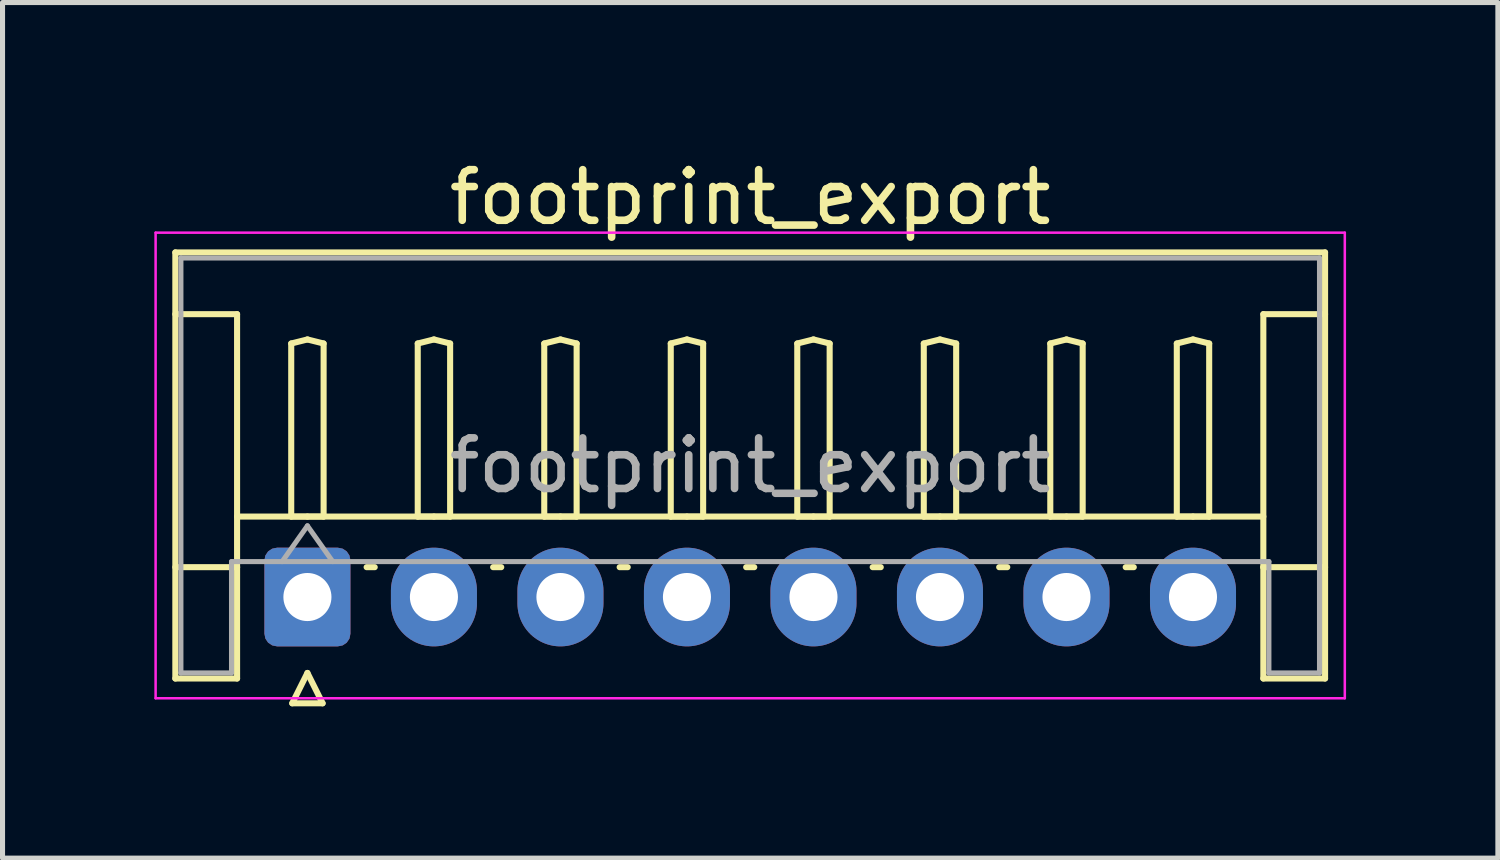
<source format=kicad_pcb>
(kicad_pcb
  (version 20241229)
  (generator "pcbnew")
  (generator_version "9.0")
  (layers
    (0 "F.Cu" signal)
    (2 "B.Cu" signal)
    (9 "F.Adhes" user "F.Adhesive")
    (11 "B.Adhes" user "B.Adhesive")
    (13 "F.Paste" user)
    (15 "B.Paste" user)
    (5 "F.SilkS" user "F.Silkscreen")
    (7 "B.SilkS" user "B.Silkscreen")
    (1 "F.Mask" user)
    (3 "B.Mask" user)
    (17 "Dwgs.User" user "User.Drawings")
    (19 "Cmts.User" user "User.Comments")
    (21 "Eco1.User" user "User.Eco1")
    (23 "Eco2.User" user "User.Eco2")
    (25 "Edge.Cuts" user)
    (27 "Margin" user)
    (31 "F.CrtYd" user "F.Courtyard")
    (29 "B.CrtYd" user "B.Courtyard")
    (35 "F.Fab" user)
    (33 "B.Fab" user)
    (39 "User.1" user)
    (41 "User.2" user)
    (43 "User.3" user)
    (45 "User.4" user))
  (footprint "footprint_export"
    (layer "F.Cu")
    (at 3.025 8.748)
    (property "Reference" "footprint_export" (at 8.75 -7.9 0) (layer "F.SilkS") (effects (font (size 1 1) (thickness 0.15))))
    (attr through_hole)
    (fp_line (start -2.61 -6.81) (end 20.11 -6.81) (stroke (width 0.12) (type solid)) (layer "F.SilkS"))
    (fp_line (start -2.61 -5.59) (end -1.39 -5.59) (stroke (width 0.12) (type solid)) (layer "F.SilkS"))
    (fp_line (start -2.61 1.61) (end -2.61 -6.81) (stroke (width 0.12) (type solid)) (layer "F.SilkS"))
    (fp_line (start -1.39 -5.59) (end -1.39 -0.59) (stroke (width 0.12) (type solid)) (layer "F.SilkS"))
    (fp_line (start -1.39 -1.59) (end 18.89 -1.59) (stroke (width 0.12) (type solid)) (layer "F.SilkS"))
    (fp_line (start -1.39 -0.59) (end -2.61 -0.59) (stroke (width 0.12) (type solid)) (layer "F.SilkS"))
    (fp_line (start -1.39 -0.59) (end -1.39 1.61) (stroke (width 0.12) (type solid)) (layer "F.SilkS"))
    (fp_line (start -1.39 1.61) (end -2.61 1.61) (stroke (width 0.12) (type solid)) (layer "F.SilkS"))
    (fp_line (start -0.32 -5.01) (end 0 -5.09) (stroke (width 0.12) (type solid)) (layer "F.SilkS"))
    (fp_line (start -0.32 -1.59) (end -0.32 -5.01) (stroke (width 0.12) (type solid)) (layer "F.SilkS"))
    (fp_line (start -0.3 2.1) (end 0.3 2.1) (stroke (width 0.12) (type solid)) (layer "F.SilkS"))
    (fp_line (start 0 -5.09) (end 0.32 -5.01) (stroke (width 0.12) (type solid)) (layer "F.SilkS"))
    (fp_line (start 0 -1.59) (end -0.32 -1.59) (stroke (width 0.12) (type solid)) (layer "F.SilkS"))
    (fp_line (start 0 1.5) (end -0.3 2.1) (stroke (width 0.12) (type solid)) (layer "F.SilkS"))
    (fp_line (start 0.3 2.1) (end 0 1.5) (stroke (width 0.12) (type solid)) (layer "F.SilkS"))
    (fp_line (start 0.32 -5.01) (end 0.32 -1.59) (stroke (width 0.12) (type solid)) (layer "F.SilkS"))
    (fp_line (start 0.32 -1.59) (end 0 -1.59) (stroke (width 0.12) (type solid)) (layer "F.SilkS"))
    (fp_line (start 1.17 -0.59) (end 1.33 -0.59) (stroke (width 0.12) (type solid)) (layer "F.SilkS"))
    (fp_line (start 2.18 -5.01) (end 2.5 -5.09) (stroke (width 0.12) (type solid)) (layer "F.SilkS"))
    (fp_line (start 2.18 -1.59) (end 2.18 -5.01) (stroke (width 0.12) (type solid)) (layer "F.SilkS"))
    (fp_line (start 2.5 -5.09) (end 2.82 -5.01) (stroke (width 0.12) (type solid)) (layer "F.SilkS"))
    (fp_line (start 2.5 -1.59) (end 2.18 -1.59) (stroke (width 0.12) (type solid)) (layer "F.SilkS"))
    (fp_line (start 2.82 -5.01) (end 2.82 -1.59) (stroke (width 0.12) (type solid)) (layer "F.SilkS"))
    (fp_line (start 2.82 -1.59) (end 2.5 -1.59) (stroke (width 0.12) (type solid)) (layer "F.SilkS"))
    (fp_line (start 3.67 -0.59) (end 3.83 -0.59) (stroke (width 0.12) (type solid)) (layer "F.SilkS"))
    (fp_line (start 4.68 -5.01) (end 5 -5.09) (stroke (width 0.12) (type solid)) (layer "F.SilkS"))
    (fp_line (start 4.68 -1.59) (end 4.68 -5.01) (stroke (width 0.12) (type solid)) (layer "F.SilkS"))
    (fp_line (start 5 -5.09) (end 5.32 -5.01) (stroke (width 0.12) (type solid)) (layer "F.SilkS"))
    (fp_line (start 5 -1.59) (end 4.68 -1.59) (stroke (width 0.12) (type solid)) (layer "F.SilkS"))
    (fp_line (start 5.32 -5.01) (end 5.32 -1.59) (stroke (width 0.12) (type solid)) (layer "F.SilkS"))
    (fp_line (start 5.32 -1.59) (end 5 -1.59) (stroke (width 0.12) (type solid)) (layer "F.SilkS"))
    (fp_line (start 6.17 -0.59) (end 6.33 -0.59) (stroke (width 0.12) (type solid)) (layer "F.SilkS"))
    (fp_line (start 7.18 -5.01) (end 7.5 -5.09) (stroke (width 0.12) (type solid)) (layer "F.SilkS"))
    (fp_line (start 7.18 -1.59) (end 7.18 -5.01) (stroke (width 0.12) (type solid)) (layer "F.SilkS"))
    (fp_line (start 7.5 -5.09) (end 7.82 -5.01) (stroke (width 0.12) (type solid)) (layer "F.SilkS"))
    (fp_line (start 7.5 -1.59) (end 7.18 -1.59) (stroke (width 0.12) (type solid)) (layer "F.SilkS"))
    (fp_line (start 7.82 -5.01) (end 7.82 -1.59) (stroke (width 0.12) (type solid)) (layer "F.SilkS"))
    (fp_line (start 7.82 -1.59) (end 7.5 -1.59) (stroke (width 0.12) (type solid)) (layer "F.SilkS"))
    (fp_line (start 8.67 -0.59) (end 8.83 -0.59) (stroke (width 0.12) (type solid)) (layer "F.SilkS"))
    (fp_line (start 9.68 -5.01) (end 10 -5.09) (stroke (width 0.12) (type solid)) (layer "F.SilkS"))
    (fp_line (start 9.68 -1.59) (end 9.68 -5.01) (stroke (width 0.12) (type solid)) (layer "F.SilkS"))
    (fp_line (start 10 -5.09) (end 10.32 -5.01) (stroke (width 0.12) (type solid)) (layer "F.SilkS"))
    (fp_line (start 10 -1.59) (end 9.68 -1.59) (stroke (width 0.12) (type solid)) (layer "F.SilkS"))
    (fp_line (start 10.32 -5.01) (end 10.32 -1.59) (stroke (width 0.12) (type solid)) (layer "F.SilkS"))
    (fp_line (start 10.32 -1.59) (end 10 -1.59) (stroke (width 0.12) (type solid)) (layer "F.SilkS"))
    (fp_line (start 11.17 -0.59) (end 11.33 -0.59) (stroke (width 0.12) (type solid)) (layer "F.SilkS"))
    (fp_line (start 12.18 -5.01) (end 12.5 -5.09) (stroke (width 0.12) (type solid)) (layer "F.SilkS"))
    (fp_line (start 12.18 -1.59) (end 12.18 -5.01) (stroke (width 0.12) (type solid)) (layer "F.SilkS"))
    (fp_line (start 12.5 -5.09) (end 12.82 -5.01) (stroke (width 0.12) (type solid)) (layer "F.SilkS"))
    (fp_line (start 12.5 -1.59) (end 12.18 -1.59) (stroke (width 0.12) (type solid)) (layer "F.SilkS"))
    (fp_line (start 12.82 -5.01) (end 12.82 -1.59) (stroke (width 0.12) (type solid)) (layer "F.SilkS"))
    (fp_line (start 12.82 -1.59) (end 12.5 -1.59) (stroke (width 0.12) (type solid)) (layer "F.SilkS"))
    (fp_line (start 13.67 -0.59) (end 13.83 -0.59) (stroke (width 0.12) (type solid)) (layer "F.SilkS"))
    (fp_line (start 14.68 -5.01) (end 15 -5.09) (stroke (width 0.12) (type solid)) (layer "F.SilkS"))
    (fp_line (start 14.68 -1.59) (end 14.68 -5.01) (stroke (width 0.12) (type solid)) (layer "F.SilkS"))
    (fp_line (start 15 -5.09) (end 15.32 -5.01) (stroke (width 0.12) (type solid)) (layer "F.SilkS"))
    (fp_line (start 15 -1.59) (end 14.68 -1.59) (stroke (width 0.12) (type solid)) (layer "F.SilkS"))
    (fp_line (start 15.32 -5.01) (end 15.32 -1.59) (stroke (width 0.12) (type solid)) (layer "F.SilkS"))
    (fp_line (start 15.32 -1.59) (end 15 -1.59) (stroke (width 0.12) (type solid)) (layer "F.SilkS"))
    (fp_line (start 16.17 -0.59) (end 16.33 -0.59) (stroke (width 0.12) (type solid)) (layer "F.SilkS"))
    (fp_line (start 17.18 -5.01) (end 17.5 -5.09) (stroke (width 0.12) (type solid)) (layer "F.SilkS"))
    (fp_line (start 17.18 -1.59) (end 17.18 -5.01) (stroke (width 0.12) (type solid)) (layer "F.SilkS"))
    (fp_line (start 17.5 -5.09) (end 17.82 -5.01) (stroke (width 0.12) (type solid)) (layer "F.SilkS"))
    (fp_line (start 17.5 -1.59) (end 17.18 -1.59) (stroke (width 0.12) (type solid)) (layer "F.SilkS"))
    (fp_line (start 17.82 -5.01) (end 17.82 -1.59) (stroke (width 0.12) (type solid)) (layer "F.SilkS"))
    (fp_line (start 17.82 -1.59) (end 17.5 -1.59) (stroke (width 0.12) (type solid)) (layer "F.SilkS"))
    (fp_line (start 18.89 -5.59) (end 18.89 -0.59) (stroke (width 0.12) (type solid)) (layer "F.SilkS"))
    (fp_line (start 18.89 -0.59) (end 20.11 -0.59) (stroke (width 0.12) (type solid)) (layer "F.SilkS"))
    (fp_line (start 18.89 1.61) (end 18.89 -0.59) (stroke (width 0.12) (type solid)) (layer "F.SilkS"))
    (fp_line (start 20.11 -6.81) (end 20.11 1.61) (stroke (width 0.12) (type solid)) (layer "F.SilkS"))
    (fp_line (start 20.11 -5.59) (end 18.89 -5.59) (stroke (width 0.12) (type solid)) (layer "F.SilkS"))
    (fp_line (start 20.11 1.61) (end 18.89 1.61) (stroke (width 0.12) (type solid)) (layer "F.SilkS"))
    (fp_line (start -3 -7.2) (end -3 2) (stroke (width 0.05) (type solid)) (layer "F.CrtYd"))
    (fp_line (start -3 2) (end 20.5 2) (stroke (width 0.05) (type solid)) (layer "F.CrtYd"))
    (fp_line (start 20.5 -7.2) (end -3 -7.2) (stroke (width 0.05) (type solid)) (layer "F.CrtYd"))
    (fp_line (start 20.5 2) (end 20.5 -7.2) (stroke (width 0.05) (type solid)) (layer "F.CrtYd"))
    (fp_line (start -2.5 -6.7) (end 20 -6.7) (stroke (width 0.1) (type solid)) (layer "F.Fab"))
    (fp_line (start -2.5 1.5) (end -2.5 -6.7) (stroke (width 0.1) (type solid)) (layer "F.Fab"))
    (fp_line (start -1.5 -0.7) (end -1.5 1.5) (stroke (width 0.1) (type solid)) (layer "F.Fab"))
    (fp_line (start -1.5 1.5) (end -2.5 1.5) (stroke (width 0.1) (type solid)) (layer "F.Fab"))
    (fp_line (start -0.5 -0.7) (end 0 -1.407) (stroke (width 0.1) (type solid)) (layer "F.Fab"))
    (fp_line (start 0 -1.407) (end 0.5 -0.7) (stroke (width 0.1) (type solid)) (layer "F.Fab"))
    (fp_line (start 19 -0.7) (end -1.5 -0.7) (stroke (width 0.1) (type solid)) (layer "F.Fab"))
    (fp_line (start 19 1.5) (end 19 -0.7) (stroke (width 0.1) (type solid)) (layer "F.Fab"))
    (fp_line (start 20 -6.7) (end 20 1.5) (stroke (width 0.1) (type solid)) (layer "F.Fab"))
    (fp_line (start 20 1.5) (end 19 1.5) (stroke (width 0.1) (type solid)) (layer "F.Fab"))
    (fp_text user "${REFERENCE}" (at 8.75 -2.6 0) (layer "F.Fab") (effects (font (size 1 1) (thickness 0.15))))
    (pad "1" thru_hole roundrect (at 0 0) (size 1.7 1.95) (drill 0.95) (layers "*.Cu" "*.Mask") (roundrect_rratio 0.147))
    (pad "2" thru_hole oval (at 2.5 0) (size 1.7 1.95) (drill 0.95) (layers "*.Cu" "*.Mask"))
    (pad "3" thru_hole oval (at 5 0) (size 1.7 1.95) (drill 0.95) (layers "*.Cu" "*.Mask"))
    (pad "4" thru_hole oval (at 7.5 0) (size 1.7 1.95) (drill 0.95) (layers "*.Cu" "*.Mask"))
    (pad "5" thru_hole oval (at 10 0) (size 1.7 1.95) (drill 0.95) (layers "*.Cu" "*.Mask"))
    (pad "6" thru_hole oval (at 12.5 0) (size 1.7 1.95) (drill 0.95) (layers "*.Cu" "*.Mask"))
    (pad "7" thru_hole oval (at 15 0) (size 1.7 1.95) (drill 0.95) (layers "*.Cu" "*.Mask"))
    (pad "8" thru_hole oval (at 17.5 0) (size 1.7 1.95) (drill 0.95) (layers "*.Cu" "*.Mask")))
  (gr_rect
    (start -3 -3)
    (end 26.55 13.908)
    (stroke (width 0.1) (type default))
    (fill no)
    (layer "Edge.Cuts")))
</source>
